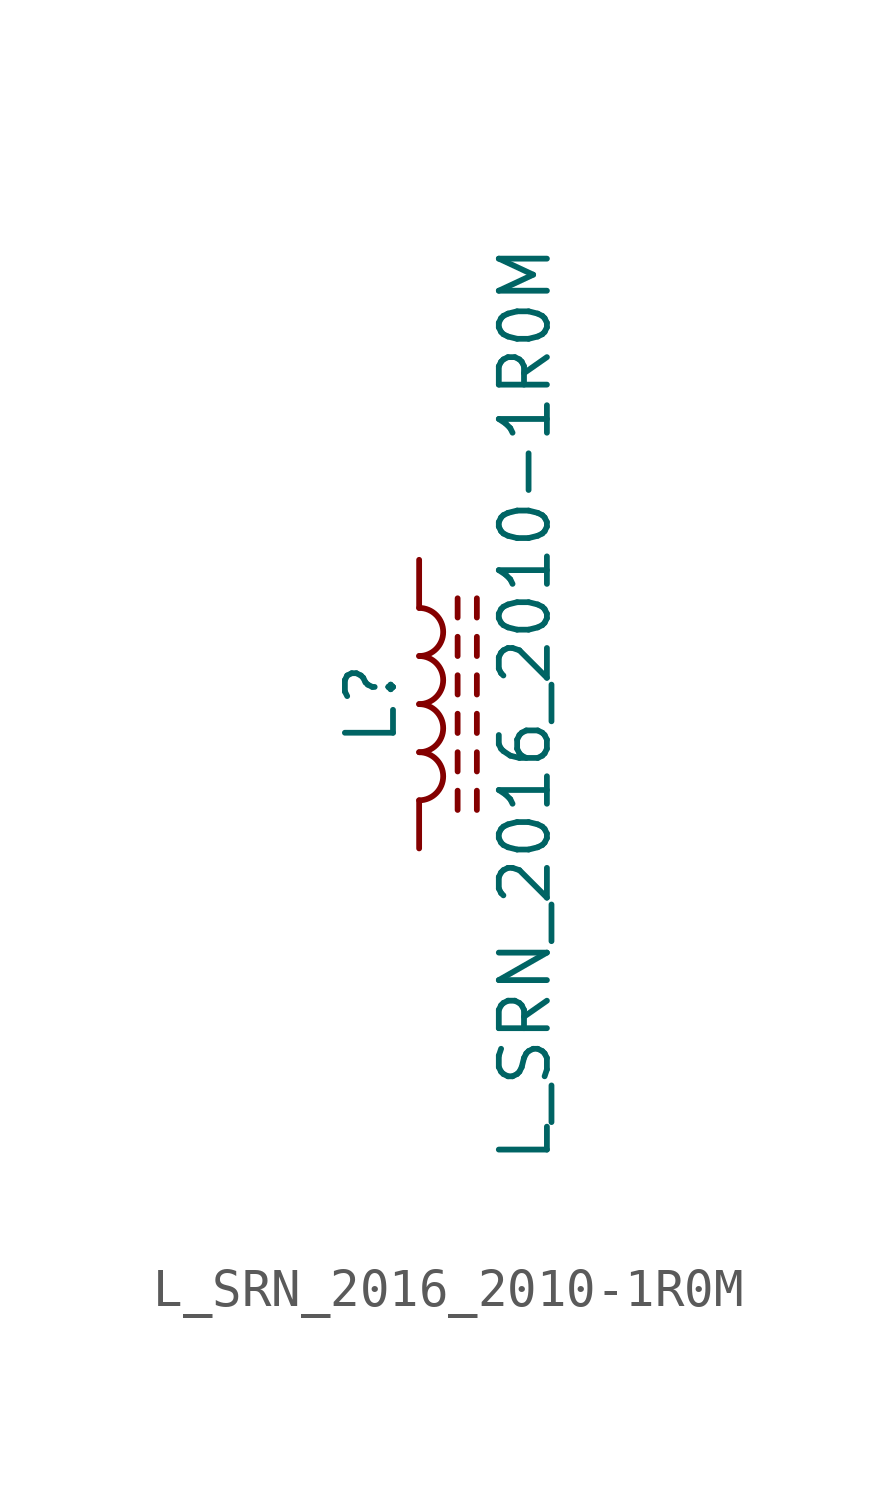
<source format=kicad_sym>
(kicad_symbol_lib
  (version 20211014)
  (generator kicad_symbol_editor)
  (symbol "L_SRN_2016_2010-1R0M"
    (pin_numbers hide)
    (pin_names
      (offset 1.016) hide)
    (property "Reference" "L"
      (at -1.27 0 90)
      (effects (font (size 1.27 1.27))))
    (property "Value" "L_SRN_2016_2010-1R0M"
      (at 2.794 0 90)
      (effects (font (size 1.27 1.27))))
    (symbol "L_SRN_2016_2010-1R0M_0_1"
      (arc (start 0 -2.54) (mid 0.635 -1.905) (end 0 -1.27) (stroke (width 0) (type default) (color 0 0 0 0)) (fill (type none)))
      (arc (start 0 -1.27) (mid 0.635 -0.635) (end 0 0) (stroke (width 0) (type default) (color 0 0 0 0)) (fill (type none)))
      (polyline (pts (xy 1.016 -2.794) (xy 1.016 -2.286)) (stroke (width 0) (type default) (color 0 0 0 0)) (fill (type none)))
      (polyline (pts (xy 1.016 -1.778) (xy 1.016 -1.27)) (stroke (width 0) (type default) (color 0 0 0 0)) (fill (type none)))
      (polyline (pts (xy 1.016 -0.762) (xy 1.016 -0.254)) (stroke (width 0) (type default) (color 0 0 0 0)) (fill (type none)))
      (polyline (pts (xy 1.016 0.254) (xy 1.016 0.762)) (stroke (width 0) (type default) (color 0 0 0 0)) (fill (type none)))
      (polyline (pts (xy 1.016 1.27) (xy 1.016 1.778)) (stroke (width 0) (type default) (color 0 0 0 0)) (fill (type none)))
      (polyline (pts (xy 1.016 2.286) (xy 1.016 2.794)) (stroke (width 0) (type default) (color 0 0 0 0)) (fill (type none)))
      (polyline (pts (xy 1.524 -2.286) (xy 1.524 -2.794)) (stroke (width 0) (type default) (color 0 0 0 0)) (fill (type none)))
      (polyline (pts (xy 1.524 -1.27) (xy 1.524 -1.778)) (stroke (width 0) (type default) (color 0 0 0 0)) (fill (type none)))
      (polyline (pts (xy 1.524 -0.254) (xy 1.524 -0.762)) (stroke (width 0) (type default) (color 0 0 0 0)) (fill (type none)))
      (polyline (pts (xy 1.524 0.762) (xy 1.524 0.254)) (stroke (width 0) (type default) (color 0 0 0 0)) (fill (type none)))
      (polyline (pts (xy 1.524 1.778) (xy 1.524 1.27)) (stroke (width 0) (type default) (color 0 0 0 0)) (fill (type none)))
      (polyline (pts (xy 1.524 2.794) (xy 1.524 2.286)) (stroke (width 0) (type default) (color 0 0 0 0)) (fill (type none)))
      (arc (start 0 0) (mid 0.635 0.635) (end 0 1.27) (stroke (width 0) (type default) (color 0 0 0 0)) (fill (type none)))
      (arc (start 0 1.27) (mid 0.635 1.905) (end 0 2.54) (stroke (width 0) (type default) (color 0 0 0 0)) (fill (type none))))
    (symbol "L_SRN_2016_2010-1R0M_1_1"
      (pin passive line (at 0 3.81 270) (length 1.27) (name "1" (effects (font (size 1.27 1.27)))) (number "1" (effects (font (size 1.27 1.27)))))
      (pin passive line (at 0 -3.81 90) (length 1.27) (name "2" (effects (font (size 1.27 1.27)))) (number "2" (effects (font (size 1.27 1.27))))))))
</source>
